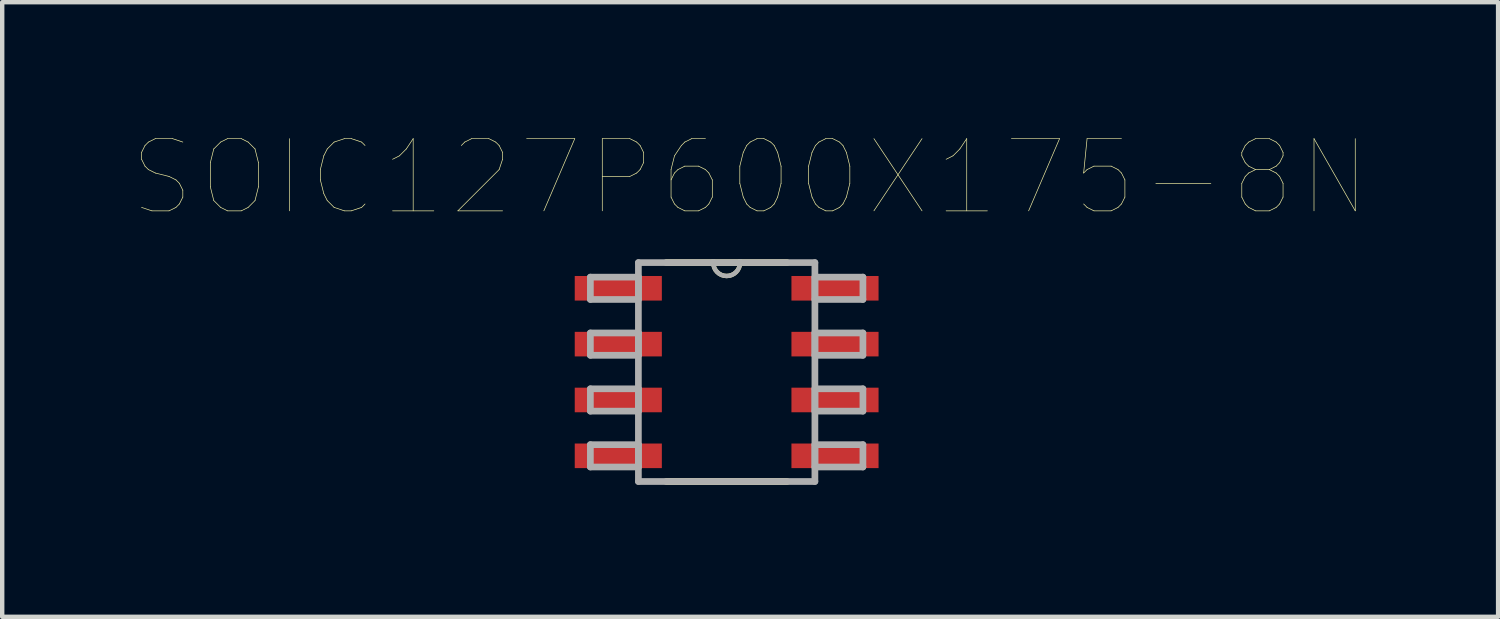
<source format=kicad_pcb>
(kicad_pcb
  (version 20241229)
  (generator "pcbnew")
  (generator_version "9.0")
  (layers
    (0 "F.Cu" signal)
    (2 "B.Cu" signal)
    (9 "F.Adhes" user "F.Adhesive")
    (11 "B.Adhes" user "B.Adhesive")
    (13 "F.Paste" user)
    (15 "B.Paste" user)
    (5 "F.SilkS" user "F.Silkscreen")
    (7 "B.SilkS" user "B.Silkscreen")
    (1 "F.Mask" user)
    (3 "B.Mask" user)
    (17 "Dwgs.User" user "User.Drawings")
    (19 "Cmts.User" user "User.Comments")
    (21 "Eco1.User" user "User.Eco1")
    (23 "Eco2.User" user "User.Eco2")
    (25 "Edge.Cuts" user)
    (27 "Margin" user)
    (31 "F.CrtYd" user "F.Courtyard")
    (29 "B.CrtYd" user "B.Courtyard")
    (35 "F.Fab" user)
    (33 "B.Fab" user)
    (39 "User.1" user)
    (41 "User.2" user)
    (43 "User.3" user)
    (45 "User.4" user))
  (footprint "SOIC127P600X175-8N"
    (layer "F.Cu")
    (at 13.475 5.411)
    (property "Reference" "SOIC127P600X175-8N" (at 0.534 -4.425 0) (layer "F.SilkS") (effects (font (size 1.642 1.642) (thickness 0.015))))
    (attr through_hole)
    (fp_line (start -1.372 2.489) (end 1.372 2.489) (stroke (width 0.152) (type solid)) (layer "F.SilkS"))
    (fp_line (start -0.305 -2.489) (end -1.372 -2.489) (stroke (width 0.152) (type solid)) (layer "F.SilkS"))
    (fp_line (start 0.305 -2.489) (end -0.305 -2.489) (stroke (width 0.152) (type solid)) (layer "F.SilkS"))
    (fp_line (start 1.372 -2.489) (end 0.305 -2.489) (stroke (width 0.152) (type solid)) (layer "F.SilkS"))
    (fp_arc (start 0.3048 -2.4892) (mid 0 -2.1844) (end -0.3048 -2.4892) (stroke (width 0.1) (type solid)) (layer "F.SilkS"))
    (fp_line (start -3.099 -2.159) (end -3.099 -1.651) (stroke (width 0.152) (type solid)) (layer "F.Fab"))
    (fp_line (start -3.099 -1.651) (end -2.007 -1.651) (stroke (width 0.152) (type solid)) (layer "F.Fab"))
    (fp_line (start -3.099 -0.889) (end -3.099 -0.381) (stroke (width 0.152) (type solid)) (layer "F.Fab"))
    (fp_line (start -3.099 -0.381) (end -2.007 -0.381) (stroke (width 0.152) (type solid)) (layer "F.Fab"))
    (fp_line (start -3.099 0.381) (end -3.099 0.889) (stroke (width 0.152) (type solid)) (layer "F.Fab"))
    (fp_line (start -3.099 0.889) (end -2.007 0.889) (stroke (width 0.152) (type solid)) (layer "F.Fab"))
    (fp_line (start -3.099 1.651) (end -3.099 2.159) (stroke (width 0.152) (type solid)) (layer "F.Fab"))
    (fp_line (start -3.099 2.159) (end -2.007 2.159) (stroke (width 0.152) (type solid)) (layer "F.Fab"))
    (fp_line (start -2.007 -2.489) (end -2.007 2.489) (stroke (width 0.152) (type solid)) (layer "F.Fab"))
    (fp_line (start -2.007 -2.159) (end -3.099 -2.159) (stroke (width 0.152) (type solid)) (layer "F.Fab"))
    (fp_line (start -2.007 -1.651) (end -2.007 -2.159) (stroke (width 0.152) (type solid)) (layer "F.Fab"))
    (fp_line (start -2.007 -0.889) (end -3.099 -0.889) (stroke (width 0.152) (type solid)) (layer "F.Fab"))
    (fp_line (start -2.007 -0.381) (end -2.007 -0.889) (stroke (width 0.152) (type solid)) (layer "F.Fab"))
    (fp_line (start -2.007 0.381) (end -3.099 0.381) (stroke (width 0.152) (type solid)) (layer "F.Fab"))
    (fp_line (start -2.007 0.889) (end -2.007 0.381) (stroke (width 0.152) (type solid)) (layer "F.Fab"))
    (fp_line (start -2.007 1.651) (end -3.099 1.651) (stroke (width 0.152) (type solid)) (layer "F.Fab"))
    (fp_line (start -2.007 2.159) (end -2.007 1.651) (stroke (width 0.152) (type solid)) (layer "F.Fab"))
    (fp_line (start -2.007 2.489) (end 2.007 2.489) (stroke (width 0.152) (type solid)) (layer "F.Fab"))
    (fp_line (start -0.305 -2.489) (end -2.007 -2.489) (stroke (width 0.152) (type solid)) (layer "F.Fab"))
    (fp_line (start 0.305 -2.489) (end -0.305 -2.489) (stroke (width 0.152) (type solid)) (layer "F.Fab"))
    (fp_line (start 2.007 -2.489) (end 0.305 -2.489) (stroke (width 0.152) (type solid)) (layer "F.Fab"))
    (fp_line (start 2.007 -2.159) (end 2.007 -1.651) (stroke (width 0.152) (type solid)) (layer "F.Fab"))
    (fp_line (start 2.007 -1.651) (end 3.099 -1.651) (stroke (width 0.152) (type solid)) (layer "F.Fab"))
    (fp_line (start 2.007 -0.889) (end 2.007 -0.381) (stroke (width 0.152) (type solid)) (layer "F.Fab"))
    (fp_line (start 2.007 -0.381) (end 3.099 -0.381) (stroke (width 0.152) (type solid)) (layer "F.Fab"))
    (fp_line (start 2.007 0.381) (end 2.007 0.889) (stroke (width 0.152) (type solid)) (layer "F.Fab"))
    (fp_line (start 2.007 0.889) (end 3.099 0.889) (stroke (width 0.152) (type solid)) (layer "F.Fab"))
    (fp_line (start 2.007 1.651) (end 2.007 2.159) (stroke (width 0.152) (type solid)) (layer "F.Fab"))
    (fp_line (start 2.007 2.159) (end 3.099 2.159) (stroke (width 0.152) (type solid)) (layer "F.Fab"))
    (fp_line (start 2.007 2.489) (end 2.007 -2.489) (stroke (width 0.152) (type solid)) (layer "F.Fab"))
    (fp_line (start 3.099 -2.159) (end 2.007 -2.159) (stroke (width 0.152) (type solid)) (layer "F.Fab"))
    (fp_line (start 3.099 -1.651) (end 3.099 -2.159) (stroke (width 0.152) (type solid)) (layer "F.Fab"))
    (fp_line (start 3.099 -0.889) (end 2.007 -0.889) (stroke (width 0.152) (type solid)) (layer "F.Fab"))
    (fp_line (start 3.099 -0.381) (end 3.099 -0.889) (stroke (width 0.152) (type solid)) (layer "F.Fab"))
    (fp_line (start 3.099 0.381) (end 2.007 0.381) (stroke (width 0.152) (type solid)) (layer "F.Fab"))
    (fp_line (start 3.099 0.889) (end 3.099 0.381) (stroke (width 0.152) (type solid)) (layer "F.Fab"))
    (fp_line (start 3.099 1.651) (end 2.007 1.651) (stroke (width 0.152) (type solid)) (layer "F.Fab"))
    (fp_line (start 3.099 2.159) (end 3.099 1.651) (stroke (width 0.152) (type solid)) (layer "F.Fab"))
    (fp_arc (start 0.3048 -2.4892) (mid 0 -2.1844) (end -0.3048 -2.4892) (stroke (width 0.1) (type solid)) (layer "F.Fab"))
    (pad "1" smd rect (at -2.464 -1.905) (size 1.981 0.559) (layers "F.Cu" "F.Mask" "F.Paste"))
    (pad "2" smd rect (at -2.464 -0.635) (size 1.981 0.559) (layers "F.Cu" "F.Mask" "F.Paste"))
    (pad "3" smd rect (at -2.464 0.635) (size 1.981 0.559) (layers "F.Cu" "F.Mask" "F.Paste"))
    (pad "4" smd rect (at -2.464 1.905) (size 1.981 0.559) (layers "F.Cu" "F.Mask" "F.Paste"))
    (pad "5" smd rect (at 2.464 1.905) (size 1.981 0.559) (layers "F.Cu" "F.Mask" "F.Paste"))
    (pad "6" smd rect (at 2.464 0.635) (size 1.981 0.559) (layers "F.Cu" "F.Mask" "F.Paste"))
    (pad "7" smd rect (at 2.464 -0.635) (size 1.981 0.559) (layers "F.Cu" "F.Mask" "F.Paste"))
    (pad "8" smd rect (at 2.464 -1.905) (size 1.981 0.559) (layers "F.Cu" "F.Mask" "F.Paste")))
  (gr_rect
    (start -3 -3)
    (end 31.019 10.977)
    (stroke (width 0.1) (type default))
    (fill no)
    (layer "Edge.Cuts")))
</source>
